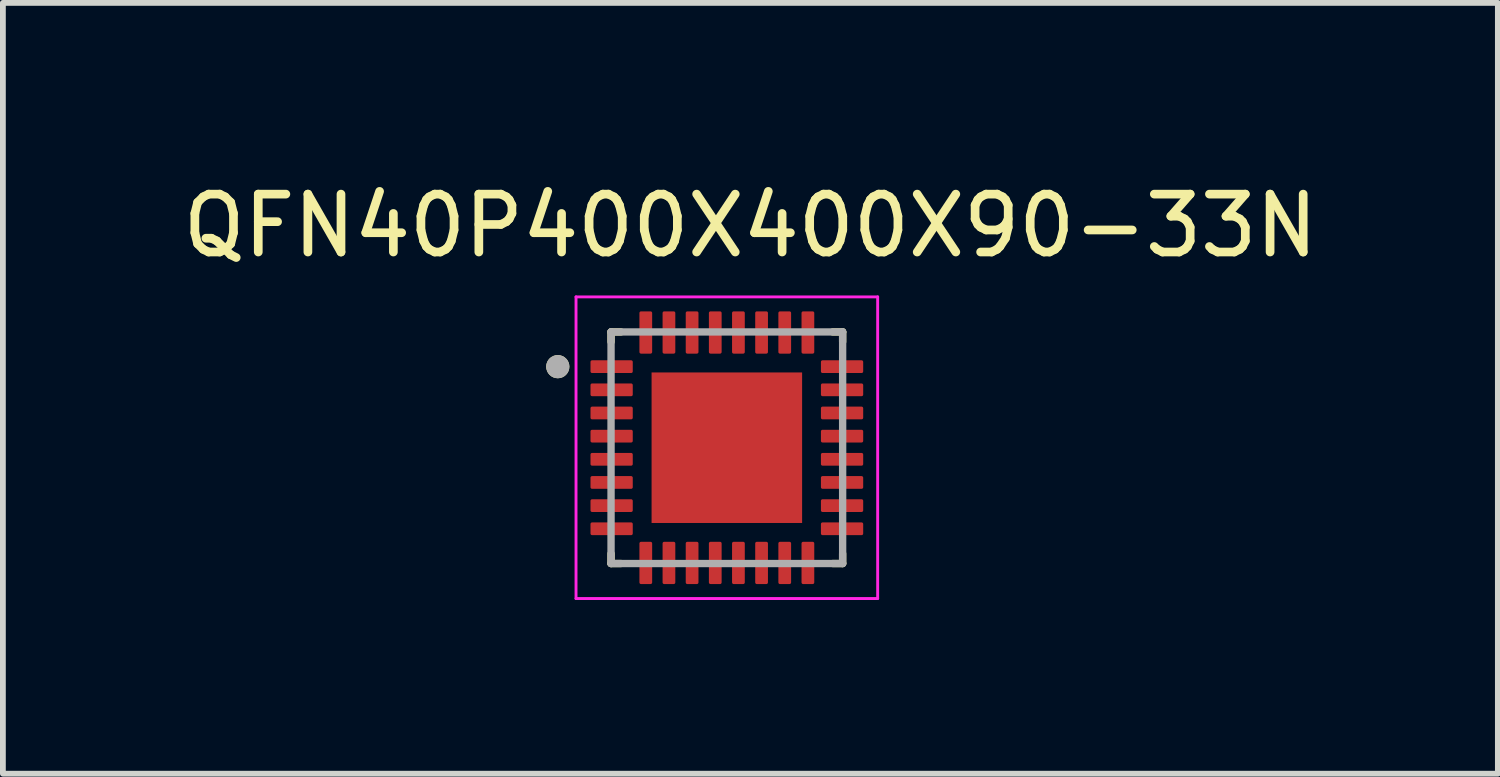
<source format=kicad_pcb>
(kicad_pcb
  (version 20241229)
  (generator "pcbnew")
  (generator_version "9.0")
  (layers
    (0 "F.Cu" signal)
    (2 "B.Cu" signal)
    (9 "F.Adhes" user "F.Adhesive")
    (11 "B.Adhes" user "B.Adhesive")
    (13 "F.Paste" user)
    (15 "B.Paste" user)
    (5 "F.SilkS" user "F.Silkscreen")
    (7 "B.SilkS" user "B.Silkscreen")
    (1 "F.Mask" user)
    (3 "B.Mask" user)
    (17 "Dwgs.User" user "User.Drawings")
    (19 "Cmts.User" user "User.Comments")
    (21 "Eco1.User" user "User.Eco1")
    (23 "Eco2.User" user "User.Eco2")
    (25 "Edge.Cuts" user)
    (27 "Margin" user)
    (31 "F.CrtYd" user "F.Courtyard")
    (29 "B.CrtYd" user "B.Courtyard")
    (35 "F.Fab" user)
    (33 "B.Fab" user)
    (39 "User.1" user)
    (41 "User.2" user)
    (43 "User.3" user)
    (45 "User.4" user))
  (footprint "QFN40P400X400X90-33N"
    (layer "F.Cu")
    (at 9.504 4.683)
    (property "Reference" "QFN40P400X400X90-33N" (at 0.407 -3.835 0) (layer "F.SilkS") (effects (font (size 1 1) (thickness 0.15))))
    (attr smd)
    (fp_line (start -2 -2) (end -2 -1.83) (stroke (width 0.127) (type solid)) (layer "F.SilkS"))
    (fp_line (start -2 -2) (end -1.83 -2) (stroke (width 0.127) (type solid)) (layer "F.SilkS"))
    (fp_line (start -2 2) (end -2 1.83) (stroke (width 0.127) (type solid)) (layer "F.SilkS"))
    (fp_line (start -2 2) (end -1.83 2) (stroke (width 0.127) (type solid)) (layer "F.SilkS"))
    (fp_line (start 2 -2) (end 1.83 -2) (stroke (width 0.127) (type solid)) (layer "F.SilkS"))
    (fp_line (start 2 -2) (end 2 -1.83) (stroke (width 0.127) (type solid)) (layer "F.SilkS"))
    (fp_line (start 2 2) (end 1.83 2) (stroke (width 0.127) (type solid)) (layer "F.SilkS"))
    (fp_line (start 2 2) (end 2 1.83) (stroke (width 0.127) (type solid)) (layer "F.SilkS"))
    (fp_circle (center -2.92 -1.4) (end -2.82 -1.4) (stroke (width 0.2) (type solid)) (fill no) (layer "F.SilkS"))
    (fp_poly (pts (xy -0.82 -0.82) (xy 0.82 -0.82) (xy 0.82 0.82) (xy -0.82 0.82)) (stroke (width 0.01) (type solid)) (fill yes) (layer "F.Paste"))
    (fp_line (start -2.605 -2.605) (end 2.605 -2.605) (stroke (width 0.05) (type solid)) (layer "F.CrtYd"))
    (fp_line (start -2.605 2.605) (end -2.605 -2.605) (stroke (width 0.05) (type solid)) (layer "F.CrtYd"))
    (fp_line (start -2.605 2.605) (end 2.605 2.605) (stroke (width 0.05) (type solid)) (layer "F.CrtYd"))
    (fp_line (start 2.605 2.605) (end 2.605 -2.605) (stroke (width 0.05) (type solid)) (layer "F.CrtYd"))
    (fp_line (start -2 2) (end -2 -2) (stroke (width 0.127) (type solid)) (layer "F.Fab"))
    (fp_line (start 2 -2) (end -2 -2) (stroke (width 0.127) (type solid)) (layer "F.Fab"))
    (fp_line (start 2 2) (end -2 2) (stroke (width 0.127) (type solid)) (layer "F.Fab"))
    (fp_line (start 2 2) (end 2 -2) (stroke (width 0.127) (type solid)) (layer "F.Fab"))
    (fp_circle (center -2.92 -1.4) (end -2.82 -1.4) (stroke (width 0.2) (type solid)) (fill no) (layer "F.Fab"))
    (pad "1" smd roundrect (at -1.99 -1.4) (size 0.73 0.22) (layers "F.Cu" "F.Mask" "F.Paste") (roundrect_rratio 0.125))
    (pad "2" smd roundrect (at -1.99 -1) (size 0.73 0.22) (layers "F.Cu" "F.Mask" "F.Paste") (roundrect_rratio 0.125))
    (pad "3" smd roundrect (at -1.99 -0.6) (size 0.73 0.22) (layers "F.Cu" "F.Mask" "F.Paste") (roundrect_rratio 0.125))
    (pad "4" smd roundrect (at -1.99 -0.2) (size 0.73 0.22) (layers "F.Cu" "F.Mask" "F.Paste") (roundrect_rratio 0.125))
    (pad "5" smd roundrect (at -1.99 0.2) (size 0.73 0.22) (layers "F.Cu" "F.Mask" "F.Paste") (roundrect_rratio 0.125))
    (pad "6" smd roundrect (at -1.99 0.6) (size 0.73 0.22) (layers "F.Cu" "F.Mask" "F.Paste") (roundrect_rratio 0.125))
    (pad "7" smd roundrect (at -1.99 1) (size 0.73 0.22) (layers "F.Cu" "F.Mask" "F.Paste") (roundrect_rratio 0.125))
    (pad "8" smd roundrect (at -1.99 1.4) (size 0.73 0.22) (layers "F.Cu" "F.Mask" "F.Paste") (roundrect_rratio 0.125))
    (pad "9" smd roundrect (at -1.4 1.99) (size 0.22 0.73) (layers "F.Cu" "F.Mask" "F.Paste") (roundrect_rratio 0.125))
    (pad "10" smd roundrect (at -1 1.99) (size 0.22 0.73) (layers "F.Cu" "F.Mask" "F.Paste") (roundrect_rratio 0.125))
    (pad "11" smd roundrect (at -0.6 1.99) (size 0.22 0.73) (layers "F.Cu" "F.Mask" "F.Paste") (roundrect_rratio 0.125))
    (pad "12" smd roundrect (at -0.2 1.99) (size 0.22 0.73) (layers "F.Cu" "F.Mask" "F.Paste") (roundrect_rratio 0.125))
    (pad "13" smd roundrect (at 0.2 1.99) (size 0.22 0.73) (layers "F.Cu" "F.Mask" "F.Paste") (roundrect_rratio 0.125))
    (pad "14" smd roundrect (at 0.6 1.99) (size 0.22 0.73) (layers "F.Cu" "F.Mask" "F.Paste") (roundrect_rratio 0.125))
    (pad "15" smd roundrect (at 1 1.99) (size 0.22 0.73) (layers "F.Cu" "F.Mask" "F.Paste") (roundrect_rratio 0.125))
    (pad "16" smd roundrect (at 1.4 1.99) (size 0.22 0.73) (layers "F.Cu" "F.Mask" "F.Paste") (roundrect_rratio 0.125))
    (pad "17" smd roundrect (at 1.99 1.4) (size 0.73 0.22) (layers "F.Cu" "F.Mask" "F.Paste") (roundrect_rratio 0.125))
    (pad "18" smd roundrect (at 1.99 1) (size 0.73 0.22) (layers "F.Cu" "F.Mask" "F.Paste") (roundrect_rratio 0.125))
    (pad "19" smd roundrect (at 1.99 0.6) (size 0.73 0.22) (layers "F.Cu" "F.Mask" "F.Paste") (roundrect_rratio 0.125))
    (pad "20" smd roundrect (at 1.99 0.2) (size 0.73 0.22) (layers "F.Cu" "F.Mask" "F.Paste") (roundrect_rratio 0.125))
    (pad "21" smd roundrect (at 1.99 -0.2) (size 0.73 0.22) (layers "F.Cu" "F.Mask" "F.Paste") (roundrect_rratio 0.125))
    (pad "22" smd roundrect (at 1.99 -0.6) (size 0.73 0.22) (layers "F.Cu" "F.Mask" "F.Paste") (roundrect_rratio 0.125))
    (pad "23" smd roundrect (at 1.99 -1) (size 0.73 0.22) (layers "F.Cu" "F.Mask" "F.Paste") (roundrect_rratio 0.125))
    (pad "24" smd roundrect (at 1.99 -1.4) (size 0.73 0.22) (layers "F.Cu" "F.Mask" "F.Paste") (roundrect_rratio 0.125))
    (pad "25" smd roundrect (at 1.4 -1.99) (size 0.22 0.73) (layers "F.Cu" "F.Mask" "F.Paste") (roundrect_rratio 0.125))
    (pad "26" smd roundrect (at 1 -1.99) (size 0.22 0.73) (layers "F.Cu" "F.Mask" "F.Paste") (roundrect_rratio 0.125))
    (pad "27" smd roundrect (at 0.6 -1.99) (size 0.22 0.73) (layers "F.Cu" "F.Mask" "F.Paste") (roundrect_rratio 0.125))
    (pad "28" smd roundrect (at 0.2 -1.99) (size 0.22 0.73) (layers "F.Cu" "F.Mask" "F.Paste") (roundrect_rratio 0.125))
    (pad "29" smd roundrect (at -0.2 -1.99) (size 0.22 0.73) (layers "F.Cu" "F.Mask" "F.Paste") (roundrect_rratio 0.125))
    (pad "30" smd roundrect (at -0.6 -1.99) (size 0.22 0.73) (layers "F.Cu" "F.Mask" "F.Paste") (roundrect_rratio 0.125))
    (pad "31" smd roundrect (at -1 -1.99) (size 0.22 0.73) (layers "F.Cu" "F.Mask" "F.Paste") (roundrect_rratio 0.125))
    (pad "32" smd roundrect (at -1.4 -1.99) (size 0.22 0.73) (layers "F.Cu" "F.Mask" "F.Paste") (roundrect_rratio 0.125))
    (pad "33" smd rect (at 0 0) (size 2.6 2.6) (layers "F.Cu" "F.Mask")))
  (gr_rect
    (start -3 -3)
    (end 22.821 10.313)
    (stroke (width 0.1) (type default))
    (fill no)
    (layer "Edge.Cuts")))
</source>
